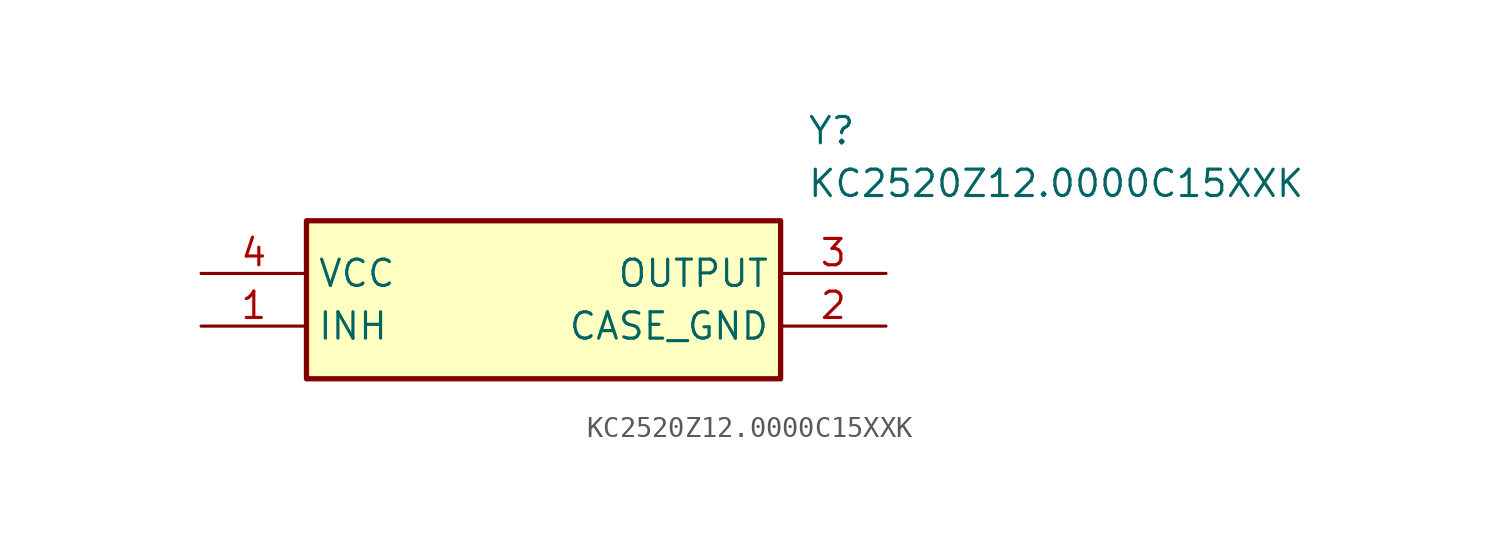
<source format=kicad_sym>
(kicad_symbol_lib
  (version 20211014)
  (generator SamacSys_ECAD_Model)
  (symbol "KC2520Z12.0000C15XXK"
    (property "Reference" "Y"
      (at 29.21 7.62 0)
      (effects (font (size 1.27 1.27)) (justify left top)))
    (property "Value" "KC2520Z12.0000C15XXK"
      (at 29.21 5.08 0)
      (effects (font (size 1.27 1.27)) (justify left top)))
    (rectangle
      (start 5.08 2.54)
      (end 27.94 -5.08)
      (stroke (width 0.254) (type default))
      (fill (type background)))
    (pin passive line
      (at 0 -2.54 0)
      (length 5.08)
      (name "INH" (effects (font (size 1.27 1.27))))
      (number "1" (effects (font (size 1.27 1.27)))))
    (pin passive line
      (at 33.02 -2.54 180)
      (length 5.08)
      (name "CASE_GND" (effects (font (size 1.27 1.27))))
      (number "2" (effects (font (size 1.27 1.27)))))
    (pin passive line
      (at 33.02 0 180)
      (length 5.08)
      (name "OUTPUT" (effects (font (size 1.27 1.27))))
      (number "3" (effects (font (size 1.27 1.27)))))
    (pin passive line
      (at 0 0 0)
      (length 5.08)
      (name "VCC" (effects (font (size 1.27 1.27))))
      (number "4" (effects (font (size 1.27 1.27)))))))
</source>
